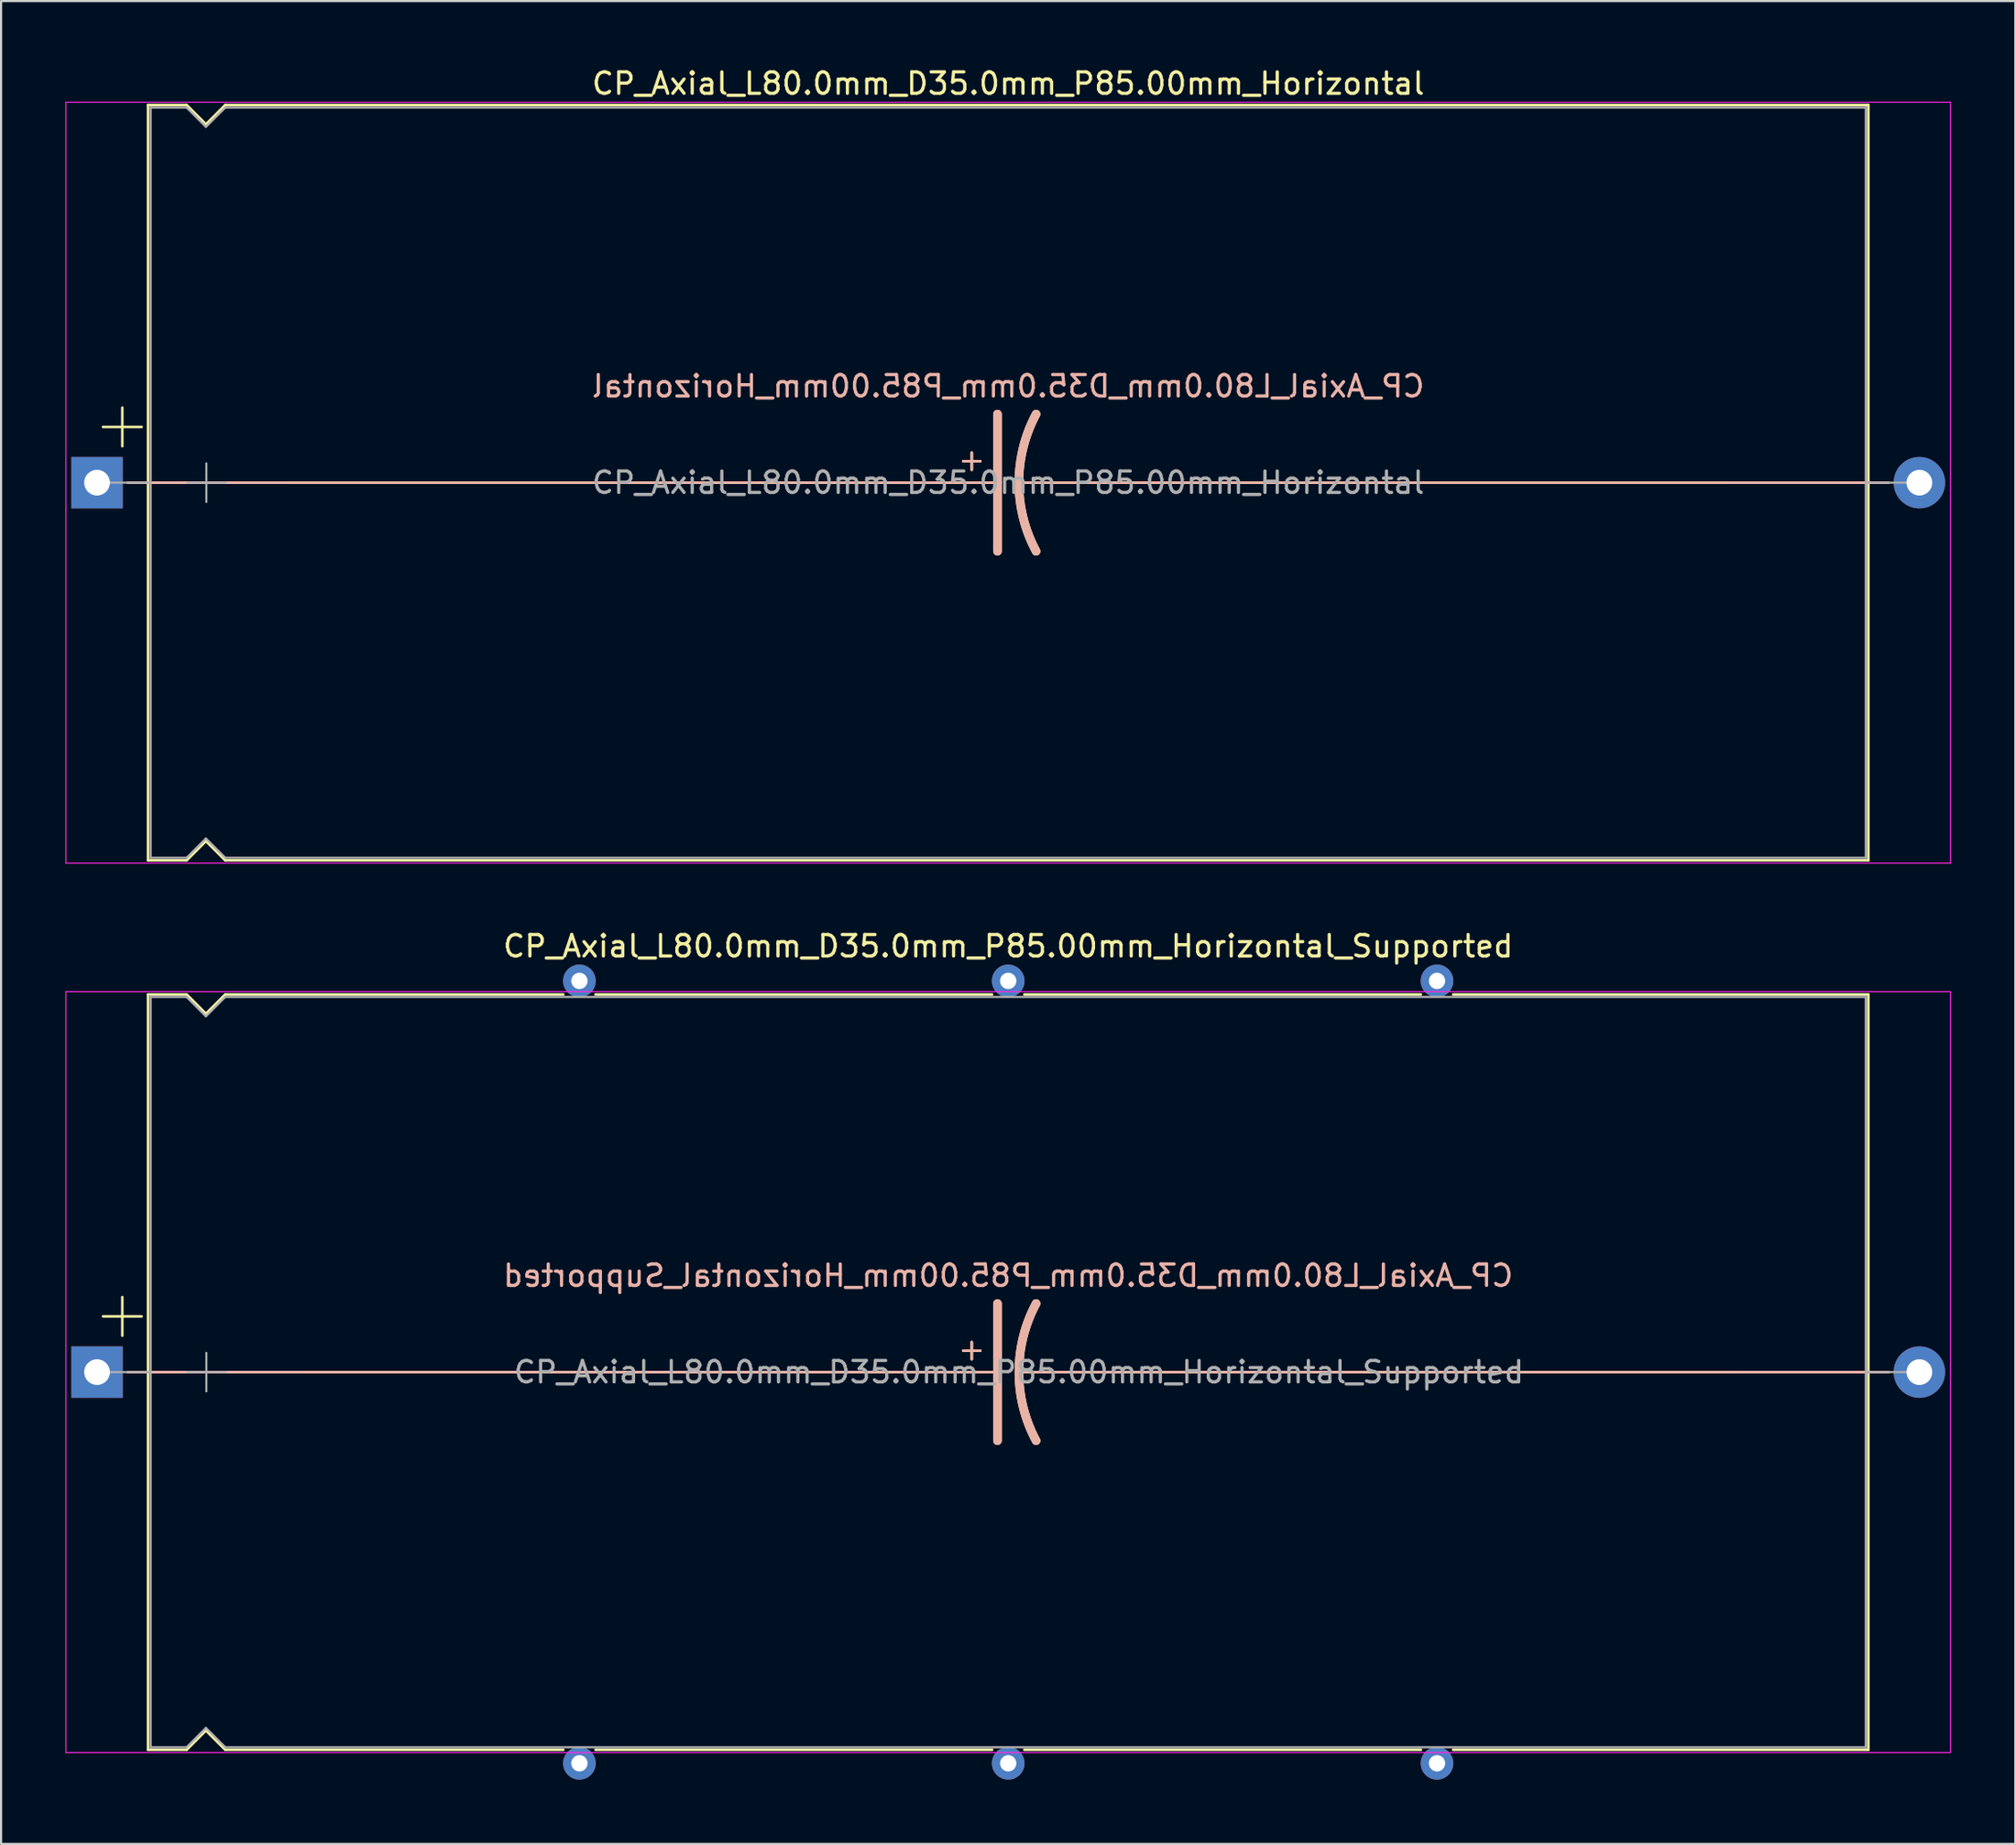
<source format=kicad_pcb>
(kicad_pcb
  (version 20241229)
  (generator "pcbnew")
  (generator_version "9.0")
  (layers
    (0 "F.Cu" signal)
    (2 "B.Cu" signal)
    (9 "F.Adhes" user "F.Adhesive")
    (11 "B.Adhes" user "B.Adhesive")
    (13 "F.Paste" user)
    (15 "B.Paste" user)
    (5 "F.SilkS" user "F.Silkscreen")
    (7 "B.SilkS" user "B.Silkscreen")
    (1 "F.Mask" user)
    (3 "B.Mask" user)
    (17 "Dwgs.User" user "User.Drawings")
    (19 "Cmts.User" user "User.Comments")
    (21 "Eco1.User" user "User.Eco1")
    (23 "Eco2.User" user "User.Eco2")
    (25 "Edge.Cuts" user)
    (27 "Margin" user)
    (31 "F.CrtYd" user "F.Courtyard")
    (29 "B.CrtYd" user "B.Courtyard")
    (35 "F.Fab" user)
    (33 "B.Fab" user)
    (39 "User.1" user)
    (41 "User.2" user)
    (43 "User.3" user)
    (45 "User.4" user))
  (footprint "CP_Axial_L80.0mm_D35.0mm_P85.00mm_Horizontal"
    (layer "F.Cu")
    (at 1.475 19.468)
    (property "Reference" "CP_Axial_L80.0mm_D35.0mm_P85.00mm_Horizontal" (at 42.5 -18.62 0) (layer "F.SilkS") (effects (font (size 1 1) (thickness 0.15))))
    (fp_line (start 0.28 -2.6) (end 2.08 -2.6) (stroke (width 0.12) (type solid)) (layer "F.SilkS"))
    (fp_line (start 1.18 -3.5) (end 1.18 -1.7) (stroke (width 0.12) (type solid)) (layer "F.SilkS"))
    (fp_line (start 1.44 0) (end 2.38 0) (stroke (width 0.12) (type solid)) (layer "F.SilkS"))
    (fp_line (start 2.38 -17.62) (end 2.38 17.62) (stroke (width 0.12) (type solid)) (layer "F.SilkS"))
    (fp_line (start 2.38 -17.62) (end 4.18 -17.62) (stroke (width 0.12) (type solid)) (layer "F.SilkS"))
    (fp_line (start 2.38 0) (end 42 0) (stroke (width 0.12) (type solid)) (layer "F.SilkS"))
    (fp_line (start 2.38 17.62) (end 4.18 17.62) (stroke (width 0.12) (type solid)) (layer "F.SilkS"))
    (fp_line (start 4.18 -17.62) (end 5.08 -16.72) (stroke (width 0.12) (type solid)) (layer "F.SilkS"))
    (fp_line (start 4.18 17.62) (end 5.08 16.72) (stroke (width 0.12) (type solid)) (layer "F.SilkS"))
    (fp_line (start 5.08 -16.72) (end 5.98 -17.62) (stroke (width 0.12) (type solid)) (layer "F.SilkS"))
    (fp_line (start 5.08 16.72) (end 5.98 17.62) (stroke (width 0.12) (type solid)) (layer "F.SilkS"))
    (fp_line (start 5.98 -17.62) (end 82.62 -17.62) (stroke (width 0.12) (type solid)) (layer "F.SilkS"))
    (fp_line (start 5.98 17.62) (end 82.62 17.62) (stroke (width 0.12) (type solid)) (layer "F.SilkS"))
    (fp_line (start 40.4 -1) (end 41.2 -1) (stroke (width 0.12) (type solid)) (layer "F.SilkS"))
    (fp_line (start 40.8 -1.4) (end 40.8 -0.6) (stroke (width 0.12) (type solid)) (layer "F.SilkS"))
    (fp_line (start 42 0) (end 42 -3.2) (stroke (width 0.4) (type solid)) (layer "F.SilkS"))
    (fp_line (start 42 0) (end 42 3.2) (stroke (width 0.4) (type solid)) (layer "F.SilkS"))
    (fp_line (start 82.62 -17.62) (end 82.62 17.62) (stroke (width 0.12) (type solid)) (layer "F.SilkS"))
    (fp_line (start 82.62 0) (end 43 0) (stroke (width 0.12) (type solid)) (layer "F.SilkS"))
    (fp_line (start 83.56 0) (end 82.62 0) (stroke (width 0.12) (type solid)) (layer "F.SilkS"))
    (fp_arc (start 43 0) (mid 43.203545 -1.649114) (end 43.8 -3.2) (stroke (width 0.4) (type solid)) (layer "F.SilkS"))
    (fp_arc (start 43.8 3.2) (mid 43.200704 1.649824) (end 43 0) (stroke (width 0.4) (type solid)) (layer "F.SilkS"))
    (fp_line (start 1.5 0) (end 8.88 0) (stroke (width 0.12) (type solid)) (layer "B.SilkS"))
    (fp_line (start 2.38 0) (end 42 0) (stroke (width 0.12) (type solid)) (layer "B.SilkS"))
    (fp_line (start 40.4 -1) (end 41.2 -1) (stroke (width 0.12) (type solid)) (layer "B.SilkS"))
    (fp_line (start 40.8 -0.6) (end 40.8 -1.4) (stroke (width 0.12) (type solid)) (layer "B.SilkS"))
    (fp_line (start 42 0) (end 42 -3.2) (stroke (width 0.4) (type solid)) (layer "B.SilkS"))
    (fp_line (start 42 0) (end 42 3.2) (stroke (width 0.4) (type solid)) (layer "B.SilkS"))
    (fp_line (start 82.62 0) (end 43 0) (stroke (width 0.12) (type solid)) (layer "B.SilkS"))
    (fp_line (start 83.5 0) (end 76.12 0) (stroke (width 0.12) (type solid)) (layer "B.SilkS"))
    (fp_arc (start 43 0) (mid 43.200703 -1.649824) (end 43.8 -3.2) (stroke (width 0.4) (type solid)) (layer "B.SilkS"))
    (fp_arc (start 43.8 3.2) (mid 43.203544 1.649114) (end 43 0) (stroke (width 0.4) (type solid)) (layer "B.SilkS"))
    (fp_line (start -1.45 -17.75) (end -1.45 17.75) (stroke (width 0.05) (type solid)) (layer "F.CrtYd"))
    (fp_line (start -1.45 17.75) (end 86.45 17.75) (stroke (width 0.05) (type solid)) (layer "F.CrtYd"))
    (fp_line (start 86.45 -17.75) (end -1.45 -17.75) (stroke (width 0.05) (type solid)) (layer "F.CrtYd"))
    (fp_line (start 86.45 17.75) (end 86.45 -17.75) (stroke (width 0.05) (type solid)) (layer "F.CrtYd"))
    (fp_line (start 0 0) (end 2.5 0) (stroke (width 0.1) (type solid)) (layer "F.Fab"))
    (fp_line (start 2.5 -17.5) (end 2.5 17.5) (stroke (width 0.1) (type solid)) (layer "F.Fab"))
    (fp_line (start 2.5 -17.5) (end 4.18 -17.5) (stroke (width 0.1) (type solid)) (layer "F.Fab"))
    (fp_line (start 2.5 17.5) (end 4.18 17.5) (stroke (width 0.1) (type solid)) (layer "F.Fab"))
    (fp_line (start 4.18 -17.5) (end 5.08 -16.6) (stroke (width 0.1) (type solid)) (layer "F.Fab"))
    (fp_line (start 4.18 17.5) (end 5.08 16.6) (stroke (width 0.1) (type solid)) (layer "F.Fab"))
    (fp_line (start 4.2 0) (end 6 0) (stroke (width 0.1) (type solid)) (layer "F.Fab"))
    (fp_line (start 5.08 -16.6) (end 5.98 -17.5) (stroke (width 0.1) (type solid)) (layer "F.Fab"))
    (fp_line (start 5.08 16.6) (end 5.98 17.5) (stroke (width 0.1) (type solid)) (layer "F.Fab"))
    (fp_line (start 5.1 -0.9) (end 5.1 0.9) (stroke (width 0.1) (type solid)) (layer "F.Fab"))
    (fp_line (start 5.98 -17.5) (end 82.5 -17.5) (stroke (width 0.1) (type solid)) (layer "F.Fab"))
    (fp_line (start 5.98 17.5) (end 82.5 17.5) (stroke (width 0.1) (type solid)) (layer "F.Fab"))
    (fp_line (start 82.5 -17.5) (end 82.5 17.5) (stroke (width 0.1) (type solid)) (layer "F.Fab"))
    (fp_line (start 85 0) (end 82.5 0) (stroke (width 0.1) (type solid)) (layer "F.Fab"))
    (fp_text user "${REFERENCE}" (at 42.5 -4.5 0) (layer "B.SilkS") (effects (font (size 1 1) (thickness 0.15)) (justify mirror)))
    (fp_text user "${REFERENCE}" (at 42.5 0 0) (layer "F.Fab") (effects (font (size 1 1) (thickness 0.15))))
    (pad "1" thru_hole rect (at 0 0) (size 2.4 2.4) (drill 1.2) (layers "*.Cu" "*.Mask"))
    (pad "2" thru_hole oval (at 85 0) (size 2.4 2.4) (drill 1.2) (layers "*.Cu" "*.Mask")))
  (footprint "CP_Axial_L80.0mm_D35.0mm_P85.00mm_Horizontal_Supported"
    (layer "F.Cu")
    (at 1.475 60.962)
    (property "Reference" "CP_Axial_L80.0mm_D35.0mm_P85.00mm_Horizontal_Supported" (at 42.5 -19.87 0) (layer "F.SilkS") (effects (font (size 1 1) (thickness 0.15))))
    (fp_line (start 0.28 -2.6) (end 2.08 -2.6) (stroke (width 0.12) (type solid)) (layer "F.SilkS"))
    (fp_line (start 1.18 -3.5) (end 1.18 -1.7) (stroke (width 0.12) (type solid)) (layer "F.SilkS"))
    (fp_line (start 1.44 0) (end 2.38 0) (stroke (width 0.12) (type solid)) (layer "F.SilkS"))
    (fp_line (start 2.38 -17.62) (end 2.38 17.62) (stroke (width 0.12) (type solid)) (layer "F.SilkS"))
    (fp_line (start 2.38 -17.62) (end 4.18 -17.62) (stroke (width 0.12) (type solid)) (layer "F.SilkS"))
    (fp_line (start 2.38 0) (end 42 0) (stroke (width 0.12) (type solid)) (layer "F.SilkS"))
    (fp_line (start 2.38 17.62) (end 4.18 17.62) (stroke (width 0.12) (type solid)) (layer "F.SilkS"))
    (fp_line (start 4.18 -17.62) (end 5.08 -16.72) (stroke (width 0.12) (type solid)) (layer "F.SilkS"))
    (fp_line (start 4.18 17.62) (end 5.08 16.72) (stroke (width 0.12) (type solid)) (layer "F.SilkS"))
    (fp_line (start 5.08 -16.72) (end 5.98 -17.62) (stroke (width 0.12) (type solid)) (layer "F.SilkS"))
    (fp_line (start 5.08 16.72) (end 5.98 17.62) (stroke (width 0.12) (type solid)) (layer "F.SilkS"))
    (fp_line (start 5.98 -17.62) (end 21.75 -17.62) (stroke (width 0.12) (type solid)) (layer "F.SilkS"))
    (fp_line (start 5.98 17.62) (end 21.75 17.62) (stroke (width 0.12) (type solid)) (layer "F.SilkS"))
    (fp_line (start 23.25 -17.62) (end 41.75 -17.62) (stroke (width 0.12) (type solid)) (layer "F.SilkS"))
    (fp_line (start 23.25 17.62) (end 41.75 17.62) (stroke (width 0.12) (type solid)) (layer "F.SilkS"))
    (fp_line (start 40.4 -1) (end 41.2 -1) (stroke (width 0.12) (type solid)) (layer "F.SilkS"))
    (fp_line (start 40.8 -1.4) (end 40.8 -0.6) (stroke (width 0.12) (type solid)) (layer "F.SilkS"))
    (fp_line (start 42 0) (end 42 -3.2) (stroke (width 0.4) (type solid)) (layer "F.SilkS"))
    (fp_line (start 42 0) (end 42 3.2) (stroke (width 0.4) (type solid)) (layer "F.SilkS"))
    (fp_line (start 43.25 -17.62) (end 61.75 -17.62) (stroke (width 0.12) (type solid)) (layer "F.SilkS"))
    (fp_line (start 43.25 17.62) (end 61.75 17.62) (stroke (width 0.12) (type solid)) (layer "F.SilkS"))
    (fp_line (start 63.25 -17.62) (end 82.62 -17.62) (stroke (width 0.12) (type solid)) (layer "F.SilkS"))
    (fp_line (start 63.25 17.62) (end 82.62 17.62) (stroke (width 0.12) (type solid)) (layer "F.SilkS"))
    (fp_line (start 82.62 -17.62) (end 82.62 17.62) (stroke (width 0.12) (type solid)) (layer "F.SilkS"))
    (fp_line (start 82.62 0) (end 43 0) (stroke (width 0.12) (type solid)) (layer "F.SilkS"))
    (fp_line (start 83.56 0) (end 82.62 0) (stroke (width 0.12) (type solid)) (layer "F.SilkS"))
    (fp_arc (start 43 0) (mid 43.203545 -1.649114) (end 43.8 -3.2) (stroke (width 0.4) (type solid)) (layer "F.SilkS"))
    (fp_arc (start 43.8 3.2) (mid 43.200704 1.649824) (end 43 0) (stroke (width 0.4) (type solid)) (layer "F.SilkS"))
    (fp_line (start 1.5 0) (end 9.38 0) (stroke (width 0.12) (type solid)) (layer "B.SilkS"))
    (fp_line (start 2.38 0) (end 42 0) (stroke (width 0.12) (type solid)) (layer "B.SilkS"))
    (fp_line (start 40.4 -1) (end 41.2 -1) (stroke (width 0.12) (type solid)) (layer "B.SilkS"))
    (fp_line (start 40.8 -0.6) (end 40.8 -1.4) (stroke (width 0.12) (type solid)) (layer "B.SilkS"))
    (fp_line (start 42 0) (end 42 -3.2) (stroke (width 0.4) (type solid)) (layer "B.SilkS"))
    (fp_line (start 42 0) (end 42 3.2) (stroke (width 0.4) (type solid)) (layer "B.SilkS"))
    (fp_line (start 82.62 0) (end 43 0) (stroke (width 0.12) (type solid)) (layer "B.SilkS"))
    (fp_line (start 83.5 0) (end 76.62 0) (stroke (width 0.12) (type solid)) (layer "B.SilkS"))
    (fp_arc (start 43 0) (mid 43.200703 -1.649824) (end 43.8 -3.2) (stroke (width 0.4) (type solid)) (layer "B.SilkS"))
    (fp_arc (start 43.8 3.2) (mid 43.203544 1.649114) (end 43 0) (stroke (width 0.4) (type solid)) (layer "B.SilkS"))
    (fp_line (start -1.45 -17.75) (end -1.45 17.75) (stroke (width 0.05) (type solid)) (layer "F.CrtYd"))
    (fp_line (start -1.45 17.75) (end 86.45 17.75) (stroke (width 0.05) (type solid)) (layer "F.CrtYd"))
    (fp_line (start 86.45 -17.75) (end -1.45 -17.75) (stroke (width 0.05) (type solid)) (layer "F.CrtYd"))
    (fp_line (start 86.45 17.75) (end 86.45 -17.75) (stroke (width 0.05) (type solid)) (layer "F.CrtYd"))
    (fp_line (start 0 0) (end 2.5 0) (stroke (width 0.1) (type solid)) (layer "F.Fab"))
    (fp_line (start 2.5 -17.5) (end 2.5 17.5) (stroke (width 0.1) (type solid)) (layer "F.Fab"))
    (fp_line (start 2.5 -17.5) (end 4.18 -17.5) (stroke (width 0.1) (type solid)) (layer "F.Fab"))
    (fp_line (start 2.5 17.5) (end 4.18 17.5) (stroke (width 0.1) (type solid)) (layer "F.Fab"))
    (fp_line (start 4.18 -17.5) (end 5.08 -16.6) (stroke (width 0.1) (type solid)) (layer "F.Fab"))
    (fp_line (start 4.18 17.5) (end 5.08 16.6) (stroke (width 0.1) (type solid)) (layer "F.Fab"))
    (fp_line (start 4.2 0) (end 6 0) (stroke (width 0.1) (type solid)) (layer "F.Fab"))
    (fp_line (start 5.08 -16.6) (end 5.98 -17.5) (stroke (width 0.1) (type solid)) (layer "F.Fab"))
    (fp_line (start 5.08 16.6) (end 5.98 17.5) (stroke (width 0.1) (type solid)) (layer "F.Fab"))
    (fp_line (start 5.1 -0.9) (end 5.1 0.9) (stroke (width 0.1) (type solid)) (layer "F.Fab"))
    (fp_line (start 5.98 -17.5) (end 82.5 -17.5) (stroke (width 0.1) (type solid)) (layer "F.Fab"))
    (fp_line (start 5.98 17.5) (end 82.5 17.5) (stroke (width 0.1) (type solid)) (layer "F.Fab"))
    (fp_line (start 82.5 -17.5) (end 82.5 17.5) (stroke (width 0.1) (type solid)) (layer "F.Fab"))
    (fp_line (start 85 0) (end 82.5 0) (stroke (width 0.1) (type solid)) (layer "F.Fab"))
    (fp_text user "${REFERENCE}" (at 42.5 -4.5 0) (layer "B.SilkS") (effects (font (size 1 1) (thickness 0.15)) (justify mirror)))
    (fp_text user "${REFERENCE}" (at 43 0 0) (layer "F.Fab") (effects (font (size 1 1) (thickness 0.15))))
    (pad "" thru_hole circle (at 22.5 -18.25) (size 1.524 1.524) (drill 0.762) (layers "*.Cu" "*.Mask"))
    (pad "" thru_hole circle (at 22.5 18.25) (size 1.524 1.524) (drill 0.762) (layers "*.Cu" "*.Mask"))
    (pad "" thru_hole circle (at 42.5 -18.25) (size 1.524 1.524) (drill 0.762) (layers "*.Cu" "*.Mask"))
    (pad "" thru_hole circle (at 42.5 18.25) (size 1.524 1.524) (drill 0.762) (layers "*.Cu" "*.Mask"))
    (pad "" thru_hole circle (at 62.5 -18.25) (size 1.524 1.524) (drill 0.762) (layers "*.Cu" "*.Mask"))
    (pad "" thru_hole circle (at 62.5 18.25) (size 1.524 1.524) (drill 0.762) (layers "*.Cu" "*.Mask"))
    (pad "1" thru_hole rect (at 0 0) (size 2.4 2.4) (drill 1.2) (layers "*.Cu" "*.Mask"))
    (pad "2" thru_hole oval (at 85 0) (size 2.4 2.4) (drill 1.2) (layers "*.Cu" "*.Mask")))
  (gr_rect
    (start -3 -3)
    (end 90.95 82.974)
    (stroke (width 0.1) (type default))
    (fill no)
    (layer "Edge.Cuts")))
</source>
